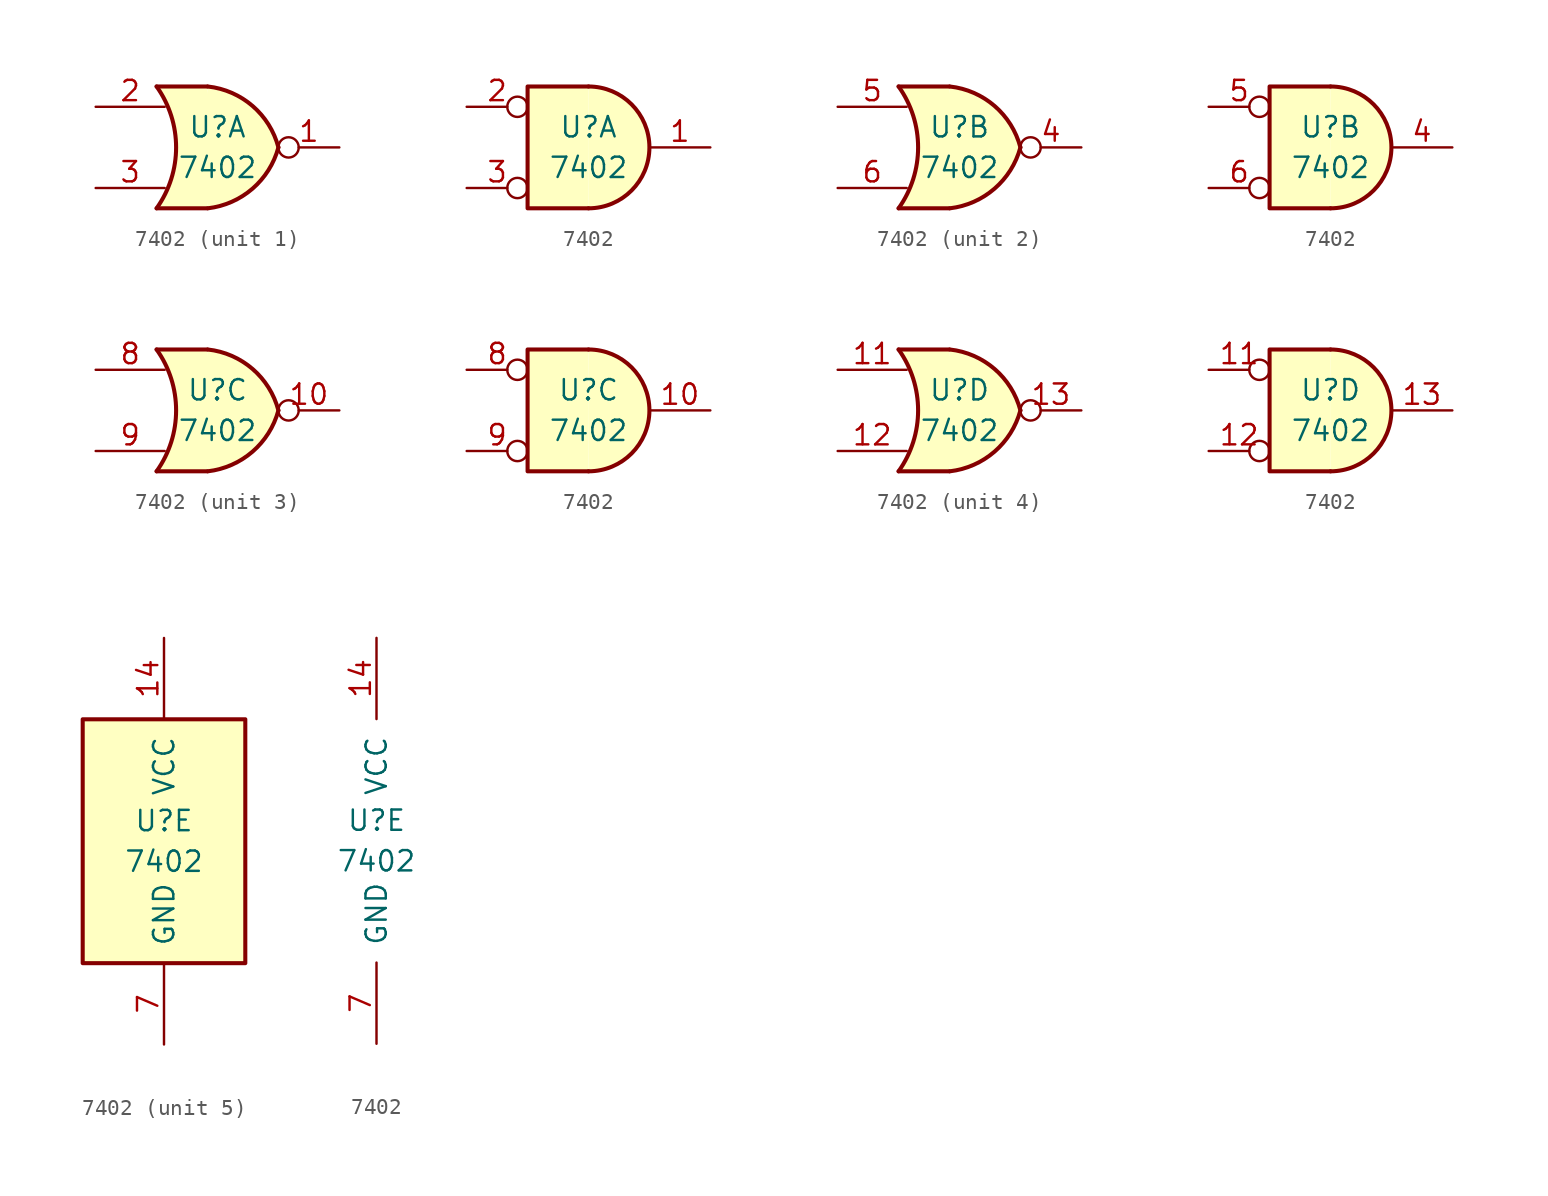
<source format=kicad_sym>
(kicad_symbol_lib
  (version 20220914)
  (generator kicad_symbol_editor)
  (symbol "7402"
    (pin_names
      (offset 1.016))
    (property "Reference" "U"
      (at 0 1.27 0)
      (effects (font (size 1.27 1.27))))
    (property "Value" "7402"
      (at 0 -1.27 0)
      (effects (font (size 1.27 1.27))))
    (property "ki_locked" ""
      (at 0 0 0)
      (effects (font (size 1.27 1.27))))
    (symbol "7402_1_1"
      (arc (start -3.81 -3.81) (mid -2.589 0) (end -3.81 3.81) (stroke (width 0.254) (type default)) (fill (type none)))
      (arc (start -0.6096 -3.81) (mid 2.1842 -2.5851) (end 3.81 0) (stroke (width 0.254) (type default)) (fill (type background)))
      (polyline (pts (xy -3.81 -3.81) (xy -0.635 -3.81)) (stroke (width 0.254) (type default)) (fill (type background)))
      (polyline (pts (xy -3.81 3.81) (xy -0.635 3.81)) (stroke (width 0.254) (type default)) (fill (type background)))
      (polyline (pts (xy -0.635 3.81) (xy -3.81 3.81) (xy -3.81 3.81) (xy -3.556 3.404) (xy -3.023 2.261) (xy -2.692 1.041) (xy -2.616 -0.254) (xy -2.769 -1.499) (xy -3.175 -2.718) (xy -3.81 -3.81) (xy -3.81 -3.81) (xy -0.635 -3.81)) (stroke (width -25.4) (type default)) (fill (type background)))
      (arc (start 3.81 0) (mid 2.1915 2.5936) (end -0.6096 3.81) (stroke (width 0.254) (type default)) (fill (type background)))
      (pin output inverted (at 7.62 0 180) (length 3.81) (name "~" (effects (font (size 1.27 1.27)))) (number "1" (effects (font (size 1.27 1.27)))))
      (pin input line (at -7.62 2.54 0) (length 4.318) (name "~" (effects (font (size 1.27 1.27)))) (number "2" (effects (font (size 1.27 1.27)))))
      (pin input line (at -7.62 -2.54 0) (length 4.318) (name "~" (effects (font (size 1.27 1.27)))) (number "3" (effects (font (size 1.27 1.27))))))
    (symbol "7402_1_2"
      (arc (start 0 -3.81) (mid 3.7934 0) (end 0 3.81) (stroke (width 0.254) (type default)) (fill (type background)))
      (polyline (pts (xy 0 3.81) (xy -3.81 3.81) (xy -3.81 -3.81) (xy 0 -3.81)) (stroke (width 0.254) (type default)) (fill (type background)))
      (pin output line (at 7.62 0 180) (length 3.81) (name "~" (effects (font (size 1.27 1.27)))) (number "1" (effects (font (size 1.27 1.27)))))
      (pin input inverted (at -7.62 2.54 0) (length 3.81) (name "~" (effects (font (size 1.27 1.27)))) (number "2" (effects (font (size 1.27 1.27)))))
      (pin input inverted (at -7.62 -2.54 0) (length 3.81) (name "~" (effects (font (size 1.27 1.27)))) (number "3" (effects (font (size 1.27 1.27))))))
    (symbol "7402_2_1"
      (arc (start -3.81 -3.81) (mid -2.589 0) (end -3.81 3.81) (stroke (width 0.254) (type default)) (fill (type none)))
      (arc (start -0.6096 -3.81) (mid 2.1842 -2.5851) (end 3.81 0) (stroke (width 0.254) (type default)) (fill (type background)))
      (polyline (pts (xy -3.81 -3.81) (xy -0.635 -3.81)) (stroke (width 0.254) (type default)) (fill (type background)))
      (polyline (pts (xy -3.81 3.81) (xy -0.635 3.81)) (stroke (width 0.254) (type default)) (fill (type background)))
      (polyline (pts (xy -0.635 3.81) (xy -3.81 3.81) (xy -3.81 3.81) (xy -3.556 3.404) (xy -3.023 2.261) (xy -2.692 1.041) (xy -2.616 -0.254) (xy -2.769 -1.499) (xy -3.175 -2.718) (xy -3.81 -3.81) (xy -3.81 -3.81) (xy -0.635 -3.81)) (stroke (width -25.4) (type default)) (fill (type background)))
      (arc (start 3.81 0) (mid 2.1915 2.5936) (end -0.6096 3.81) (stroke (width 0.254) (type default)) (fill (type background)))
      (pin output inverted (at 7.62 0 180) (length 3.81) (name "~" (effects (font (size 1.27 1.27)))) (number "4" (effects (font (size 1.27 1.27)))))
      (pin input line (at -7.62 2.54 0) (length 4.318) (name "~" (effects (font (size 1.27 1.27)))) (number "5" (effects (font (size 1.27 1.27)))))
      (pin input line (at -7.62 -2.54 0) (length 4.318) (name "~" (effects (font (size 1.27 1.27)))) (number "6" (effects (font (size 1.27 1.27))))))
    (symbol "7402_2_2"
      (arc (start 0 -3.81) (mid 3.7934 0) (end 0 3.81) (stroke (width 0.254) (type default)) (fill (type background)))
      (polyline (pts (xy 0 3.81) (xy -3.81 3.81) (xy -3.81 -3.81) (xy 0 -3.81)) (stroke (width 0.254) (type default)) (fill (type background)))
      (pin output line (at 7.62 0 180) (length 3.81) (name "~" (effects (font (size 1.27 1.27)))) (number "4" (effects (font (size 1.27 1.27)))))
      (pin input inverted (at -7.62 2.54 0) (length 3.81) (name "~" (effects (font (size 1.27 1.27)))) (number "5" (effects (font (size 1.27 1.27)))))
      (pin input inverted (at -7.62 -2.54 0) (length 3.81) (name "~" (effects (font (size 1.27 1.27)))) (number "6" (effects (font (size 1.27 1.27))))))
    (symbol "7402_3_1"
      (arc (start -3.81 -3.81) (mid -2.589 0) (end -3.81 3.81) (stroke (width 0.254) (type default)) (fill (type none)))
      (arc (start -0.6096 -3.81) (mid 2.1842 -2.5851) (end 3.81 0) (stroke (width 0.254) (type default)) (fill (type background)))
      (polyline (pts (xy -3.81 -3.81) (xy -0.635 -3.81)) (stroke (width 0.254) (type default)) (fill (type background)))
      (polyline (pts (xy -3.81 3.81) (xy -0.635 3.81)) (stroke (width 0.254) (type default)) (fill (type background)))
      (polyline (pts (xy -0.635 3.81) (xy -3.81 3.81) (xy -3.81 3.81) (xy -3.556 3.404) (xy -3.023 2.261) (xy -2.692 1.041) (xy -2.616 -0.254) (xy -2.769 -1.499) (xy -3.175 -2.718) (xy -3.81 -3.81) (xy -3.81 -3.81) (xy -0.635 -3.81)) (stroke (width -25.4) (type default)) (fill (type background)))
      (arc (start 3.81 0) (mid 2.1915 2.5936) (end -0.6096 3.81) (stroke (width 0.254) (type default)) (fill (type background)))
      (pin output inverted (at 7.62 0 180) (length 3.81) (name "~" (effects (font (size 1.27 1.27)))) (number "10" (effects (font (size 1.27 1.27)))))
      (pin input line (at -7.62 2.54 0) (length 4.318) (name "~" (effects (font (size 1.27 1.27)))) (number "8" (effects (font (size 1.27 1.27)))))
      (pin input line (at -7.62 -2.54 0) (length 4.318) (name "~" (effects (font (size 1.27 1.27)))) (number "9" (effects (font (size 1.27 1.27))))))
    (symbol "7402_3_2"
      (arc (start 0 -3.81) (mid 3.7934 0) (end 0 3.81) (stroke (width 0.254) (type default)) (fill (type background)))
      (polyline (pts (xy 0 3.81) (xy -3.81 3.81) (xy -3.81 -3.81) (xy 0 -3.81)) (stroke (width 0.254) (type default)) (fill (type background)))
      (pin output line (at 7.62 0 180) (length 3.81) (name "~" (effects (font (size 1.27 1.27)))) (number "10" (effects (font (size 1.27 1.27)))))
      (pin input inverted (at -7.62 2.54 0) (length 3.81) (name "~" (effects (font (size 1.27 1.27)))) (number "8" (effects (font (size 1.27 1.27)))))
      (pin input inverted (at -7.62 -2.54 0) (length 3.81) (name "~" (effects (font (size 1.27 1.27)))) (number "9" (effects (font (size 1.27 1.27))))))
    (symbol "7402_4_1"
      (arc (start -3.81 -3.81) (mid -2.589 0) (end -3.81 3.81) (stroke (width 0.254) (type default)) (fill (type none)))
      (arc (start -0.6096 -3.81) (mid 2.1842 -2.5851) (end 3.81 0) (stroke (width 0.254) (type default)) (fill (type background)))
      (polyline (pts (xy -3.81 -3.81) (xy -0.635 -3.81)) (stroke (width 0.254) (type default)) (fill (type background)))
      (polyline (pts (xy -3.81 3.81) (xy -0.635 3.81)) (stroke (width 0.254) (type default)) (fill (type background)))
      (polyline (pts (xy -0.635 3.81) (xy -3.81 3.81) (xy -3.81 3.81) (xy -3.556 3.404) (xy -3.023 2.261) (xy -2.692 1.041) (xy -2.616 -0.254) (xy -2.769 -1.499) (xy -3.175 -2.718) (xy -3.81 -3.81) (xy -3.81 -3.81) (xy -0.635 -3.81)) (stroke (width -25.4) (type default)) (fill (type background)))
      (arc (start 3.81 0) (mid 2.1915 2.5936) (end -0.6096 3.81) (stroke (width 0.254) (type default)) (fill (type background)))
      (pin input line (at -7.62 2.54 0) (length 4.318) (name "~" (effects (font (size 1.27 1.27)))) (number "11" (effects (font (size 1.27 1.27)))))
      (pin input line (at -7.62 -2.54 0) (length 4.318) (name "~" (effects (font (size 1.27 1.27)))) (number "12" (effects (font (size 1.27 1.27)))))
      (pin output inverted (at 7.62 0 180) (length 3.81) (name "~" (effects (font (size 1.27 1.27)))) (number "13" (effects (font (size 1.27 1.27))))))
    (symbol "7402_4_2"
      (arc (start 0 -3.81) (mid 3.7934 0) (end 0 3.81) (stroke (width 0.254) (type default)) (fill (type background)))
      (polyline (pts (xy 0 3.81) (xy -3.81 3.81) (xy -3.81 -3.81) (xy 0 -3.81)) (stroke (width 0.254) (type default)) (fill (type background)))
      (pin input inverted (at -7.62 2.54 0) (length 3.81) (name "~" (effects (font (size 1.27 1.27)))) (number "11" (effects (font (size 1.27 1.27)))))
      (pin input inverted (at -7.62 -2.54 0) (length 3.81) (name "~" (effects (font (size 1.27 1.27)))) (number "12" (effects (font (size 1.27 1.27)))))
      (pin output line (at 7.62 0 180) (length 3.81) (name "~" (effects (font (size 1.27 1.27)))) (number "13" (effects (font (size 1.27 1.27))))))
    (symbol "7402_5_0"
      (pin power_in line (at 0 12.7 270) (length 5.08) (name "VCC" (effects (font (size 1.27 1.27)))) (number "14" (effects (font (size 1.27 1.27)))))
      (pin power_in line (at 0 -12.7 90) (length 5.08) (name "GND" (effects (font (size 1.27 1.27)))) (number "7" (effects (font (size 1.27 1.27))))))
    (symbol "7402_5_1"
      (rectangle (start -5.08 7.62) (end 5.08 -7.62) (stroke (width 0.254) (type default)) (fill (type background))))))
</source>
